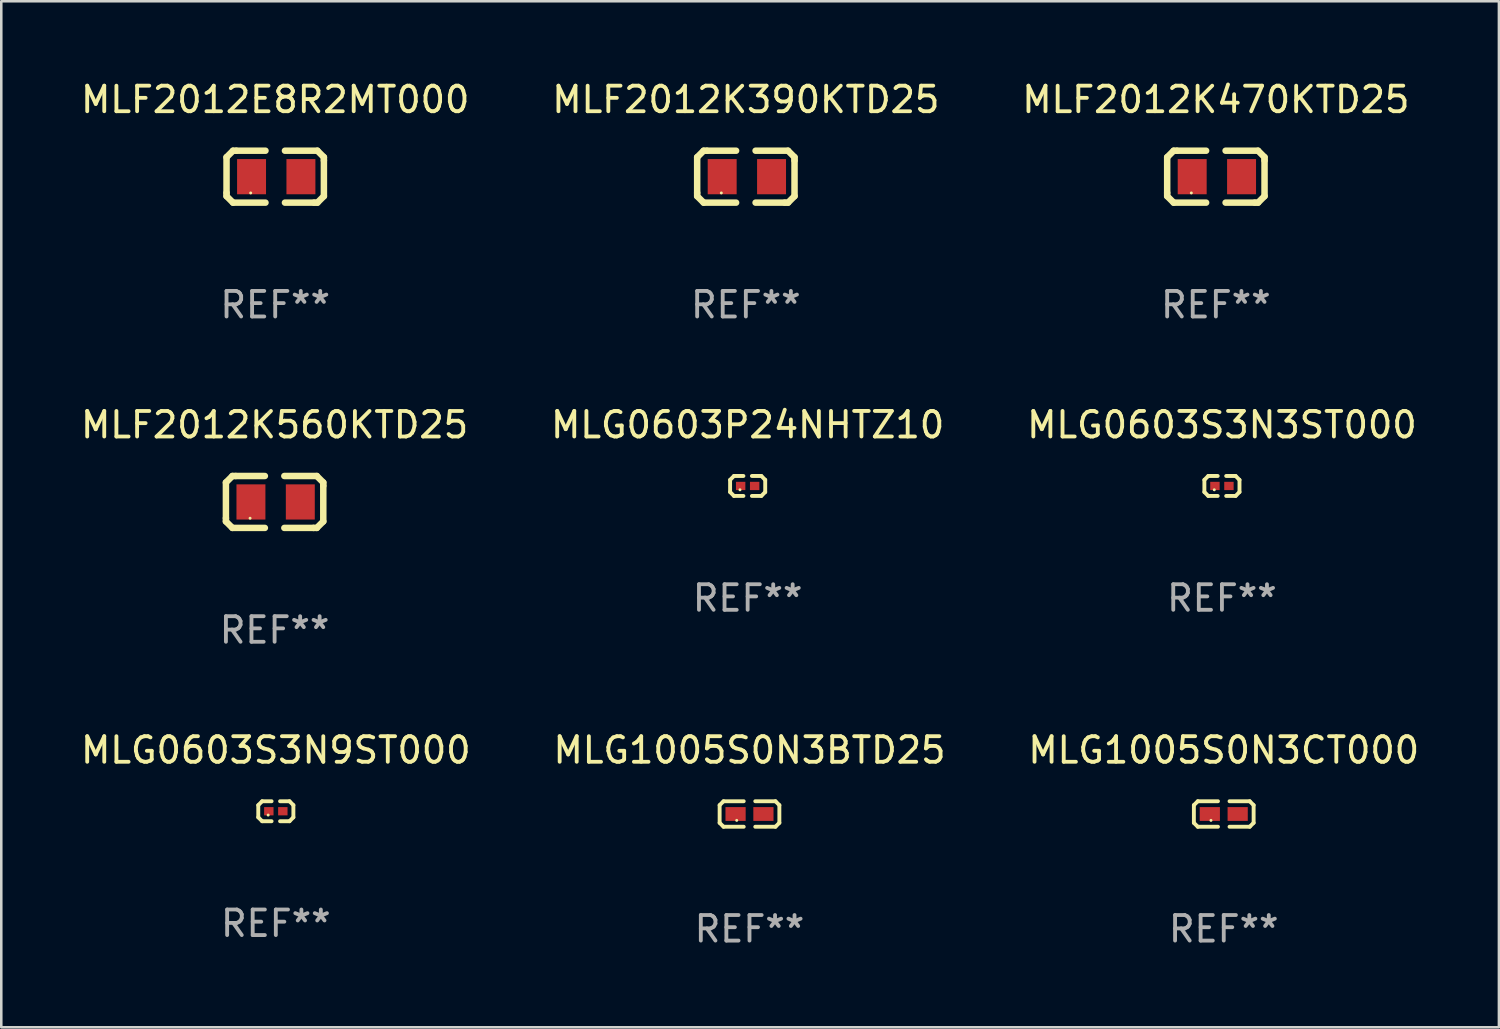
<source format=kicad_pcb>
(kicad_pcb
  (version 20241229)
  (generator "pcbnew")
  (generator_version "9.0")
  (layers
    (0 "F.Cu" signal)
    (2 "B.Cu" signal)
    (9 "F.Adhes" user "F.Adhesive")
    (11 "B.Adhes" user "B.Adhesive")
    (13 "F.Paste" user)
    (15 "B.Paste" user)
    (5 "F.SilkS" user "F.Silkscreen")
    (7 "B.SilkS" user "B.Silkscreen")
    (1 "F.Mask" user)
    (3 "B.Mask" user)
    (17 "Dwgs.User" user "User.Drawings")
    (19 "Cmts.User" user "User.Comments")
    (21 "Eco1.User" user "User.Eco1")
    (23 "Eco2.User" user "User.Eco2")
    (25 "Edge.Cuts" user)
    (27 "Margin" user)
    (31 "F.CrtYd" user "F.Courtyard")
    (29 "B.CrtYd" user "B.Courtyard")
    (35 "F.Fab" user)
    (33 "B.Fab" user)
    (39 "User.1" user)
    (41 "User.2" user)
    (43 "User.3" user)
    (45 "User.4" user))
  (footprint "MLG0603P24NHTZ10"
    (layer "F.Cu")
    (at 26.208 15.967)
    (property "Reference" "MLG0603P24NHTZ10" (at 0 -2.391 0) (layer "F.SilkS") (effects (font (size 1 1) (thickness 0.15))))
    (attr through_hole)
    (fp_line (start -0.687 -0.238) (end -0.535 -0.391) (stroke (width 0.152) (type solid)) (layer "F.SilkS"))
    (fp_line (start -0.687 0.238) (end -0.687 -0.238) (stroke (width 0.152) (type solid)) (layer "F.SilkS"))
    (fp_line (start -0.535 -0.391) (end -0.166 -0.391) (stroke (width 0.152) (type solid)) (layer "F.SilkS"))
    (fp_line (start -0.535 0.391) (end -0.687 0.238) (stroke (width 0.152) (type solid)) (layer "F.SilkS"))
    (fp_line (start -0.166 0.391) (end -0.535 0.391) (stroke (width 0.152) (type solid)) (layer "F.SilkS"))
    (fp_line (start 0.166 0.391) (end 0.535 0.391) (stroke (width 0.152) (type solid)) (layer "F.SilkS"))
    (fp_line (start 0.535 -0.391) (end 0.166 -0.391) (stroke (width 0.152) (type solid)) (layer "F.SilkS"))
    (fp_line (start 0.535 0.391) (end 0.687 0.238) (stroke (width 0.152) (type solid)) (layer "F.SilkS"))
    (fp_line (start 0.687 -0.238) (end 0.535 -0.391) (stroke (width 0.152) (type solid)) (layer "F.SilkS"))
    (fp_line (start 0.687 0.238) (end 0.687 -0.238) (stroke (width 0.152) (type solid)) (layer "F.SilkS"))
    (fp_circle (center -0.3 0.15) (end -0.27 0.15) (stroke (width 0.06) (type solid)) (fill no) (layer "F.SilkS"))
    (fp_text user "REF**" (at 0 4.391 0) (layer "F.Fab") (effects (font (size 1 1) (thickness 0.15))))
    (pad "1" smd rect (at -0.274 0) (size 0.368 0.324) (layers "F.Cu" "F.Mask" "F.Paste"))
    (pad "2" smd rect (at 0.274 0) (size 0.368 0.324) (layers "F.Cu" "F.Mask" "F.Paste")))
  (footprint "MLF2012K560KTD25"
    (layer "F.Cu")
    (at 7.696 16.593)
    (property "Reference" "MLF2012K560KTD25" (at 0 -3.016 0) (layer "F.SilkS") (effects (font (size 1 1) (thickness 0.15))))
    (attr through_hole)
    (fp_line (start -1.905 -0.762) (end -1.905 0.635) (stroke (width 0.254) (type solid)) (layer "F.SilkS"))
    (fp_line (start -1.905 0.635) (end -1.905 0.762) (stroke (width 0.254) (type solid)) (layer "F.SilkS"))
    (fp_line (start -1.905 0.762) (end -1.651 1.016) (stroke (width 0.254) (type solid)) (layer "F.SilkS"))
    (fp_line (start -1.651 -1.016) (end -1.905 -0.762) (stroke (width 0.254) (type solid)) (layer "F.SilkS"))
    (fp_line (start -1.651 1.016) (end -0.381 1.016) (stroke (width 0.254) (type solid)) (layer "F.SilkS"))
    (fp_line (start -1.524 -1.016) (end -1.651 -1.016) (stroke (width 0.254) (type solid)) (layer "F.SilkS"))
    (fp_line (start -0.381 -1.016) (end -1.524 -1.016) (stroke (width 0.254) (type solid)) (layer "F.SilkS"))
    (fp_line (start 0.381 1.016) (end 1.524 1.016) (stroke (width 0.254) (type solid)) (layer "F.SilkS"))
    (fp_line (start 1.524 1.016) (end 1.651 1.016) (stroke (width 0.254) (type solid)) (layer "F.SilkS"))
    (fp_line (start 1.651 -1.016) (end 0.381 -1.016) (stroke (width 0.254) (type solid)) (layer "F.SilkS"))
    (fp_line (start 1.651 1.016) (end 1.905 0.762) (stroke (width 0.254) (type solid)) (layer "F.SilkS"))
    (fp_line (start 1.905 -0.762) (end 1.651 -1.016) (stroke (width 0.254) (type solid)) (layer "F.SilkS"))
    (fp_line (start 1.905 -0.635) (end 1.905 -0.762) (stroke (width 0.254) (type solid)) (layer "F.SilkS"))
    (fp_line (start 1.905 0.762) (end 1.905 -0.635) (stroke (width 0.254) (type solid)) (layer "F.SilkS"))
    (fp_circle (center -0.96 0.637) (end -0.93 0.637) (stroke (width 0.06) (type solid)) (fill no) (layer "F.SilkS"))
    (fp_text user "REF**" (at 0 5.016 0) (layer "F.Fab") (effects (font (size 1 1) (thickness 0.15))))
    (pad "1" smd rect (at -0.926 -0.000051) (size 1.133 1.377) (layers "F.Cu" "F.Mask" "F.Paste"))
    (pad "2" smd rect (at 1.006 -0.000051) (size 1.133 1.377) (layers "F.Cu" "F.Mask" "F.Paste")))
  (footprint "MLF2012K470KTD25"
    (layer "F.Cu")
    (at 44.53 3.864)
    (property "Reference" "MLF2012K470KTD25" (at 0 -3.016 0) (layer "F.SilkS") (effects (font (size 1 1) (thickness 0.15))))
    (attr through_hole)
    (fp_line (start -1.905 -0.762) (end -1.905 0.635) (stroke (width 0.254) (type solid)) (layer "F.SilkS"))
    (fp_line (start -1.905 0.635) (end -1.905 0.762) (stroke (width 0.254) (type solid)) (layer "F.SilkS"))
    (fp_line (start -1.905 0.762) (end -1.651 1.016) (stroke (width 0.254) (type solid)) (layer "F.SilkS"))
    (fp_line (start -1.651 -1.016) (end -1.905 -0.762) (stroke (width 0.254) (type solid)) (layer "F.SilkS"))
    (fp_line (start -1.651 1.016) (end -0.381 1.016) (stroke (width 0.254) (type solid)) (layer "F.SilkS"))
    (fp_line (start -1.524 -1.016) (end -1.651 -1.016) (stroke (width 0.254) (type solid)) (layer "F.SilkS"))
    (fp_line (start -0.381 -1.016) (end -1.524 -1.016) (stroke (width 0.254) (type solid)) (layer "F.SilkS"))
    (fp_line (start 0.381 1.016) (end 1.524 1.016) (stroke (width 0.254) (type solid)) (layer "F.SilkS"))
    (fp_line (start 1.524 1.016) (end 1.651 1.016) (stroke (width 0.254) (type solid)) (layer "F.SilkS"))
    (fp_line (start 1.651 -1.016) (end 0.381 -1.016) (stroke (width 0.254) (type solid)) (layer "F.SilkS"))
    (fp_line (start 1.651 1.016) (end 1.905 0.762) (stroke (width 0.254) (type solid)) (layer "F.SilkS"))
    (fp_line (start 1.905 -0.762) (end 1.651 -1.016) (stroke (width 0.254) (type solid)) (layer "F.SilkS"))
    (fp_line (start 1.905 -0.635) (end 1.905 -0.762) (stroke (width 0.254) (type solid)) (layer "F.SilkS"))
    (fp_line (start 1.905 0.762) (end 1.905 -0.635) (stroke (width 0.254) (type solid)) (layer "F.SilkS"))
    (fp_circle (center -0.96 0.637) (end -0.93 0.637) (stroke (width 0.06) (type solid)) (fill no) (layer "F.SilkS"))
    (fp_text user "REF**" (at 0 5.016 0) (layer "F.Fab") (effects (font (size 1 1) (thickness 0.15))))
    (pad "1" smd rect (at -0.926 -0.000051) (size 1.133 1.377) (layers "F.Cu" "F.Mask" "F.Paste"))
    (pad "2" smd rect (at 1.006 -0.000051) (size 1.133 1.377) (layers "F.Cu" "F.Mask" "F.Paste")))
  (footprint "MLG1005S0N3BTD25"
    (layer "F.Cu")
    (at 26.28 28.804)
    (property "Reference" "MLG1005S0N3BTD25" (at 0 -2.499 0) (layer "F.SilkS") (effects (font (size 1 1) (thickness 0.15))))
    (attr through_hole)
    (fp_line (start -1.169 -0.346) (end -1.016 -0.499) (stroke (width 0.152) (type solid)) (layer "F.SilkS"))
    (fp_line (start -1.169 0.346) (end -1.169 -0.346) (stroke (width 0.152) (type solid)) (layer "F.SilkS"))
    (fp_line (start -1.016 -0.499) (end -0.226 -0.499) (stroke (width 0.152) (type solid)) (layer "F.SilkS"))
    (fp_line (start -1.016 0.499) (end -1.169 0.346) (stroke (width 0.152) (type solid)) (layer "F.SilkS"))
    (fp_line (start -0.226 0.499) (end -1.016 0.499) (stroke (width 0.152) (type solid)) (layer "F.SilkS"))
    (fp_line (start 0.226 0.499) (end 1.016 0.499) (stroke (width 0.152) (type solid)) (layer "F.SilkS"))
    (fp_line (start 1.016 -0.499) (end 0.226 -0.499) (stroke (width 0.152) (type solid)) (layer "F.SilkS"))
    (fp_line (start 1.016 0.499) (end 1.169 0.346) (stroke (width 0.152) (type solid)) (layer "F.SilkS"))
    (fp_line (start 1.169 -0.346) (end 1.016 -0.499) (stroke (width 0.152) (type solid)) (layer "F.SilkS"))
    (fp_line (start 1.169 0.346) (end 1.169 -0.346) (stroke (width 0.152) (type solid)) (layer "F.SilkS"))
    (fp_circle (center -0.5 0.25) (end -0.47 0.25) (stroke (width 0.06) (type solid)) (fill no) (layer "F.SilkS"))
    (fp_text user "REF**" (at 0 4.499 0) (layer "F.Fab") (effects (font (size 1 1) (thickness 0.15))))
    (pad "1" smd rect (at -0.545 0) (size 0.79 0.54) (layers "F.Cu" "F.Mask" "F.Paste"))
    (pad "2" smd rect (at 0.545 0) (size 0.79 0.54) (layers "F.Cu" "F.Mask" "F.Paste")))
  (footprint "MLF2012E8R2MT000"
    (layer "F.Cu")
    (at 7.72 3.864)
    (property "Reference" "MLF2012E8R2MT000" (at 0 -3.016 0) (layer "F.SilkS") (effects (font (size 1 1) (thickness 0.15))))
    (attr through_hole)
    (fp_line (start -1.905 -0.762) (end -1.905 0.635) (stroke (width 0.254) (type solid)) (layer "F.SilkS"))
    (fp_line (start -1.905 0.635) (end -1.905 0.762) (stroke (width 0.254) (type solid)) (layer "F.SilkS"))
    (fp_line (start -1.905 0.762) (end -1.651 1.016) (stroke (width 0.254) (type solid)) (layer "F.SilkS"))
    (fp_line (start -1.651 -1.016) (end -1.905 -0.762) (stroke (width 0.254) (type solid)) (layer "F.SilkS"))
    (fp_line (start -1.651 1.016) (end -0.381 1.016) (stroke (width 0.254) (type solid)) (layer "F.SilkS"))
    (fp_line (start -1.524 -1.016) (end -1.651 -1.016) (stroke (width 0.254) (type solid)) (layer "F.SilkS"))
    (fp_line (start -0.381 -1.016) (end -1.524 -1.016) (stroke (width 0.254) (type solid)) (layer "F.SilkS"))
    (fp_line (start 0.381 1.016) (end 1.524 1.016) (stroke (width 0.254) (type solid)) (layer "F.SilkS"))
    (fp_line (start 1.524 1.016) (end 1.651 1.016) (stroke (width 0.254) (type solid)) (layer "F.SilkS"))
    (fp_line (start 1.651 -1.016) (end 0.381 -1.016) (stroke (width 0.254) (type solid)) (layer "F.SilkS"))
    (fp_line (start 1.651 1.016) (end 1.905 0.762) (stroke (width 0.254) (type solid)) (layer "F.SilkS"))
    (fp_line (start 1.905 -0.762) (end 1.651 -1.016) (stroke (width 0.254) (type solid)) (layer "F.SilkS"))
    (fp_line (start 1.905 -0.635) (end 1.905 -0.762) (stroke (width 0.254) (type solid)) (layer "F.SilkS"))
    (fp_line (start 1.905 0.762) (end 1.905 -0.635) (stroke (width 0.254) (type solid)) (layer "F.SilkS"))
    (fp_circle (center -0.96 0.637) (end -0.93 0.637) (stroke (width 0.06) (type solid)) (fill no) (layer "F.SilkS"))
    (fp_text user "REF**" (at 0 5.016 0) (layer "F.Fab") (effects (font (size 1 1) (thickness 0.15))))
    (pad "1" smd rect (at -0.926 -0.000051) (size 1.133 1.377) (layers "F.Cu" "F.Mask" "F.Paste"))
    (pad "2" smd rect (at 1.006 -0.000051) (size 1.133 1.377) (layers "F.Cu" "F.Mask" "F.Paste")))
  (footprint "MLF2012K390KTD25"
    (layer "F.Cu")
    (at 26.137 3.864)
    (property "Reference" "MLF2012K390KTD25" (at 0 -3.016 0) (layer "F.SilkS") (effects (font (size 1 1) (thickness 0.15))))
    (attr through_hole)
    (fp_line (start -1.905 -0.762) (end -1.905 0.635) (stroke (width 0.254) (type solid)) (layer "F.SilkS"))
    (fp_line (start -1.905 0.635) (end -1.905 0.762) (stroke (width 0.254) (type solid)) (layer "F.SilkS"))
    (fp_line (start -1.905 0.762) (end -1.651 1.016) (stroke (width 0.254) (type solid)) (layer "F.SilkS"))
    (fp_line (start -1.651 -1.016) (end -1.905 -0.762) (stroke (width 0.254) (type solid)) (layer "F.SilkS"))
    (fp_line (start -1.651 1.016) (end -0.381 1.016) (stroke (width 0.254) (type solid)) (layer "F.SilkS"))
    (fp_line (start -1.524 -1.016) (end -1.651 -1.016) (stroke (width 0.254) (type solid)) (layer "F.SilkS"))
    (fp_line (start -0.381 -1.016) (end -1.524 -1.016) (stroke (width 0.254) (type solid)) (layer "F.SilkS"))
    (fp_line (start 0.381 1.016) (end 1.524 1.016) (stroke (width 0.254) (type solid)) (layer "F.SilkS"))
    (fp_line (start 1.524 1.016) (end 1.651 1.016) (stroke (width 0.254) (type solid)) (layer "F.SilkS"))
    (fp_line (start 1.651 -1.016) (end 0.381 -1.016) (stroke (width 0.254) (type solid)) (layer "F.SilkS"))
    (fp_line (start 1.651 1.016) (end 1.905 0.762) (stroke (width 0.254) (type solid)) (layer "F.SilkS"))
    (fp_line (start 1.905 -0.762) (end 1.651 -1.016) (stroke (width 0.254) (type solid)) (layer "F.SilkS"))
    (fp_line (start 1.905 -0.635) (end 1.905 -0.762) (stroke (width 0.254) (type solid)) (layer "F.SilkS"))
    (fp_line (start 1.905 0.762) (end 1.905 -0.635) (stroke (width 0.254) (type solid)) (layer "F.SilkS"))
    (fp_circle (center -0.96 0.637) (end -0.93 0.637) (stroke (width 0.06) (type solid)) (fill no) (layer "F.SilkS"))
    (fp_text user "REF**" (at 0 5.016 0) (layer "F.Fab") (effects (font (size 1 1) (thickness 0.15))))
    (pad "1" smd rect (at -0.926 -0.000051) (size 1.133 1.377) (layers "F.Cu" "F.Mask" "F.Paste"))
    (pad "2" smd rect (at 1.006 -0.000051) (size 1.133 1.377) (layers "F.Cu" "F.Mask" "F.Paste")))
  (footprint "MLG0603S3N3ST000"
    (layer "F.Cu")
    (at 44.768 15.967)
    (property "Reference" "MLG0603S3N3ST000" (at 0 -2.391 0) (layer "F.SilkS") (effects (font (size 1 1) (thickness 0.15))))
    (attr through_hole)
    (fp_line (start -0.687 -0.238) (end -0.535 -0.391) (stroke (width 0.152) (type solid)) (layer "F.SilkS"))
    (fp_line (start -0.687 0.238) (end -0.687 -0.238) (stroke (width 0.152) (type solid)) (layer "F.SilkS"))
    (fp_line (start -0.535 -0.391) (end -0.166 -0.391) (stroke (width 0.152) (type solid)) (layer "F.SilkS"))
    (fp_line (start -0.535 0.391) (end -0.687 0.238) (stroke (width 0.152) (type solid)) (layer "F.SilkS"))
    (fp_line (start -0.166 0.391) (end -0.535 0.391) (stroke (width 0.152) (type solid)) (layer "F.SilkS"))
    (fp_line (start 0.166 0.391) (end 0.535 0.391) (stroke (width 0.152) (type solid)) (layer "F.SilkS"))
    (fp_line (start 0.535 -0.391) (end 0.166 -0.391) (stroke (width 0.152) (type solid)) (layer "F.SilkS"))
    (fp_line (start 0.535 0.391) (end 0.687 0.238) (stroke (width 0.152) (type solid)) (layer "F.SilkS"))
    (fp_line (start 0.687 -0.238) (end 0.535 -0.391) (stroke (width 0.152) (type solid)) (layer "F.SilkS"))
    (fp_line (start 0.687 0.238) (end 0.687 -0.238) (stroke (width 0.152) (type solid)) (layer "F.SilkS"))
    (fp_circle (center -0.3 0.15) (end -0.27 0.15) (stroke (width 0.06) (type solid)) (fill no) (layer "F.SilkS"))
    (fp_text user "REF**" (at 0 4.391 0) (layer "F.Fab") (effects (font (size 1 1) (thickness 0.15))))
    (pad "1" smd rect (at -0.274 0) (size 0.368 0.324) (layers "F.Cu" "F.Mask" "F.Paste"))
    (pad "2" smd rect (at 0.274 0) (size 0.368 0.324) (layers "F.Cu" "F.Mask" "F.Paste")))
  (footprint "MLG1005S0N3CT000"
    (layer "F.Cu")
    (at 44.839 28.804)
    (property "Reference" "MLG1005S0N3CT000" (at 0 -2.499 0) (layer "F.SilkS") (effects (font (size 1 1) (thickness 0.15))))
    (attr through_hole)
    (fp_line (start -1.169 -0.346) (end -1.016 -0.499) (stroke (width 0.152) (type solid)) (layer "F.SilkS"))
    (fp_line (start -1.169 0.346) (end -1.169 -0.346) (stroke (width 0.152) (type solid)) (layer "F.SilkS"))
    (fp_line (start -1.016 -0.499) (end -0.226 -0.499) (stroke (width 0.152) (type solid)) (layer "F.SilkS"))
    (fp_line (start -1.016 0.499) (end -1.169 0.346) (stroke (width 0.152) (type solid)) (layer "F.SilkS"))
    (fp_line (start -0.226 0.499) (end -1.016 0.499) (stroke (width 0.152) (type solid)) (layer "F.SilkS"))
    (fp_line (start 0.226 0.499) (end 1.016 0.499) (stroke (width 0.152) (type solid)) (layer "F.SilkS"))
    (fp_line (start 1.016 -0.499) (end 0.226 -0.499) (stroke (width 0.152) (type solid)) (layer "F.SilkS"))
    (fp_line (start 1.016 0.499) (end 1.169 0.346) (stroke (width 0.152) (type solid)) (layer "F.SilkS"))
    (fp_line (start 1.169 -0.346) (end 1.016 -0.499) (stroke (width 0.152) (type solid)) (layer "F.SilkS"))
    (fp_line (start 1.169 0.346) (end 1.169 -0.346) (stroke (width 0.152) (type solid)) (layer "F.SilkS"))
    (fp_circle (center -0.5 0.25) (end -0.47 0.25) (stroke (width 0.06) (type solid)) (fill no) (layer "F.SilkS"))
    (fp_text user "REF**" (at 0 4.499 0) (layer "F.Fab") (effects (font (size 1 1) (thickness 0.15))))
    (pad "1" smd rect (at -0.545 0) (size 0.79 0.54) (layers "F.Cu" "F.Mask" "F.Paste"))
    (pad "2" smd rect (at 0.545 0) (size 0.79 0.54) (layers "F.Cu" "F.Mask" "F.Paste")))
  (footprint "MLG0603S3N9ST000"
    (layer "F.Cu")
    (at 7.744 28.696)
    (property "Reference" "MLG0603S3N9ST000" (at 0 -2.391 0) (layer "F.SilkS") (effects (font (size 1 1) (thickness 0.15))))
    (attr through_hole)
    (fp_line (start -0.687 -0.238) (end -0.535 -0.391) (stroke (width 0.152) (type solid)) (layer "F.SilkS"))
    (fp_line (start -0.687 0.238) (end -0.687 -0.238) (stroke (width 0.152) (type solid)) (layer "F.SilkS"))
    (fp_line (start -0.535 -0.391) (end -0.166 -0.391) (stroke (width 0.152) (type solid)) (layer "F.SilkS"))
    (fp_line (start -0.535 0.391) (end -0.687 0.238) (stroke (width 0.152) (type solid)) (layer "F.SilkS"))
    (fp_line (start -0.166 0.391) (end -0.535 0.391) (stroke (width 0.152) (type solid)) (layer "F.SilkS"))
    (fp_line (start 0.166 0.391) (end 0.535 0.391) (stroke (width 0.152) (type solid)) (layer "F.SilkS"))
    (fp_line (start 0.535 -0.391) (end 0.166 -0.391) (stroke (width 0.152) (type solid)) (layer "F.SilkS"))
    (fp_line (start 0.535 0.391) (end 0.687 0.238) (stroke (width 0.152) (type solid)) (layer "F.SilkS"))
    (fp_line (start 0.687 -0.238) (end 0.535 -0.391) (stroke (width 0.152) (type solid)) (layer "F.SilkS"))
    (fp_line (start 0.687 0.238) (end 0.687 -0.238) (stroke (width 0.152) (type solid)) (layer "F.SilkS"))
    (fp_circle (center -0.3 0.15) (end -0.27 0.15) (stroke (width 0.06) (type solid)) (fill no) (layer "F.SilkS"))
    (fp_text user "REF**" (at 0 4.391 0) (layer "F.Fab") (effects (font (size 1 1) (thickness 0.15))))
    (pad "1" smd rect (at -0.274 0) (size 0.368 0.324) (layers "F.Cu" "F.Mask" "F.Paste"))
    (pad "2" smd rect (at 0.274 0) (size 0.368 0.324) (layers "F.Cu" "F.Mask" "F.Paste")))
  (gr_rect
    (start -3 -3)
    (end 55.607 37.151)
    (stroke (width 0.1) (type default))
    (fill no)
    (layer "Edge.Cuts")))
</source>
